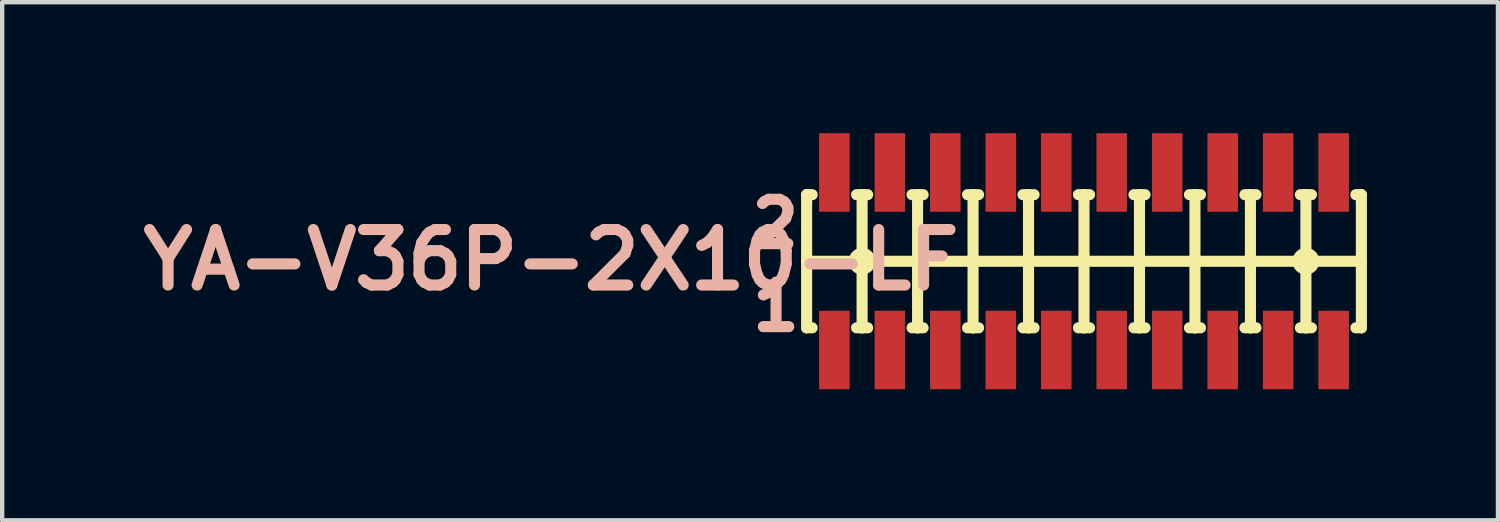
<source format=kicad_pcb>
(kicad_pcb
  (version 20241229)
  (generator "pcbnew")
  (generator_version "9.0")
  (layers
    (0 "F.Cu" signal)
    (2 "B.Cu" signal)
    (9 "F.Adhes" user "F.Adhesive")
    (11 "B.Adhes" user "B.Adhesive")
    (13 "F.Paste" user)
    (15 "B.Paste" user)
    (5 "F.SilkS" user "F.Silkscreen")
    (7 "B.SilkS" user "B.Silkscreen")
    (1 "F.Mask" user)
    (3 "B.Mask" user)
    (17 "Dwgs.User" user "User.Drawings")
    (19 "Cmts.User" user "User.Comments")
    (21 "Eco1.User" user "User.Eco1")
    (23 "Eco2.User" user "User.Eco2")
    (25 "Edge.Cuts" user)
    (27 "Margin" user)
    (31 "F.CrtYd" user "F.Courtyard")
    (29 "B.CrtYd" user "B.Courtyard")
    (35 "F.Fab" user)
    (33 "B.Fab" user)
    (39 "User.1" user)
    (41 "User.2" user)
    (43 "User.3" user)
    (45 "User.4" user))
  (footprint "YA-V36P-2X10-LF"
    (layer "F.Cu")
    (at 21.767 2.931)
    (property "Reference" "YA-V36P-2X10-LF" (at -12.2 -0.03 0) (layer "B.SilkS") (effects (font (size 1.27 1.27) (thickness 0.254))))
    (attr smd)
    (fp_line (start -6.35 -1.524) (end -6.35 0) (stroke (width 0.254) (type solid)) (layer "F.SilkS"))
    (fp_line (start -6.35 0) (end -6.35 1.524) (stroke (width 0.254) (type solid)) (layer "F.SilkS"))
    (fp_line (start -6.35 0) (end -5.08 0) (stroke (width 0.254) (type solid)) (layer "F.SilkS"))
    (fp_line (start -6.35 1.524) (end -6.223 1.524) (stroke (width 0.254) (type solid)) (layer "F.SilkS"))
    (fp_line (start -6.223 -1.524) (end -6.35 -1.524) (stroke (width 0.254) (type solid)) (layer "F.SilkS"))
    (fp_line (start -5.428 0) (end -4.729 0) (stroke (width 0.127) (type solid)) (layer "F.SilkS"))
    (fp_line (start -5.207 -1.524) (end -5.08 -1.524) (stroke (width 0.254) (type solid)) (layer "F.SilkS"))
    (fp_line (start -5.207 1.524) (end -5.08 1.524) (stroke (width 0.254) (type solid)) (layer "F.SilkS"))
    (fp_line (start -5.08 -1.524) (end -4.953 -1.524) (stroke (width 0.254) (type solid)) (layer "F.SilkS"))
    (fp_line (start -5.08 0) (end -5.08 -1.524) (stroke (width 0.254) (type solid)) (layer "F.SilkS"))
    (fp_line (start -5.08 0) (end -3.81 0) (stroke (width 0.254) (type solid)) (layer "F.SilkS"))
    (fp_line (start -5.08 0.348) (end -5.08 -0.348) (stroke (width 0.127) (type solid)) (layer "F.SilkS"))
    (fp_line (start -5.08 1.524) (end -5.08 0) (stroke (width 0.254) (type solid)) (layer "F.SilkS"))
    (fp_line (start -5.08 1.524) (end -4.953 1.524) (stroke (width 0.254) (type solid)) (layer "F.SilkS"))
    (fp_line (start -3.937 -1.524) (end -3.81 -1.524) (stroke (width 0.254) (type solid)) (layer "F.SilkS"))
    (fp_line (start -3.937 1.524) (end -3.81 1.524) (stroke (width 0.254) (type solid)) (layer "F.SilkS"))
    (fp_line (start -3.81 -1.524) (end -3.683 -1.524) (stroke (width 0.254) (type solid)) (layer "F.SilkS"))
    (fp_line (start -3.81 0) (end -3.81 -1.524) (stroke (width 0.254) (type solid)) (layer "F.SilkS"))
    (fp_line (start -3.81 0) (end -2.54 0) (stroke (width 0.254) (type solid)) (layer "F.SilkS"))
    (fp_line (start -3.81 1.524) (end -3.81 0) (stroke (width 0.254) (type solid)) (layer "F.SilkS"))
    (fp_line (start -3.81 1.524) (end -3.683 1.524) (stroke (width 0.254) (type solid)) (layer "F.SilkS"))
    (fp_line (start -2.667 -1.524) (end -2.54 -1.524) (stroke (width 0.254) (type solid)) (layer "F.SilkS"))
    (fp_line (start -2.667 1.524) (end -2.54 1.524) (stroke (width 0.254) (type solid)) (layer "F.SilkS"))
    (fp_line (start -2.54 -1.524) (end -2.413 -1.524) (stroke (width 0.254) (type solid)) (layer "F.SilkS"))
    (fp_line (start -2.54 0) (end -2.54 -1.524) (stroke (width 0.254) (type solid)) (layer "F.SilkS"))
    (fp_line (start -2.54 0) (end -1.27 0) (stroke (width 0.254) (type solid)) (layer "F.SilkS"))
    (fp_line (start -2.54 1.524) (end -2.54 0) (stroke (width 0.254) (type solid)) (layer "F.SilkS"))
    (fp_line (start -2.54 1.524) (end -2.413 1.524) (stroke (width 0.254) (type solid)) (layer "F.SilkS"))
    (fp_line (start -1.397 -1.524) (end -1.27 -1.524) (stroke (width 0.254) (type solid)) (layer "F.SilkS"))
    (fp_line (start -1.397 1.524) (end -1.27 1.524) (stroke (width 0.254) (type solid)) (layer "F.SilkS"))
    (fp_line (start -1.27 -1.524) (end -1.143 -1.524) (stroke (width 0.254) (type solid)) (layer "F.SilkS"))
    (fp_line (start -1.27 0) (end -1.27 -1.524) (stroke (width 0.254) (type solid)) (layer "F.SilkS"))
    (fp_line (start -1.27 0) (end 0 0) (stroke (width 0.254) (type solid)) (layer "F.SilkS"))
    (fp_line (start -1.27 1.524) (end -1.27 0) (stroke (width 0.254) (type solid)) (layer "F.SilkS"))
    (fp_line (start -1.27 1.524) (end -1.143 1.524) (stroke (width 0.254) (type solid)) (layer "F.SilkS"))
    (fp_line (start -0.127 -1.524) (end 0 -1.524) (stroke (width 0.254) (type solid)) (layer "F.SilkS"))
    (fp_line (start -0.127 1.524) (end 0 1.524) (stroke (width 0.254) (type solid)) (layer "F.SilkS"))
    (fp_line (start 0 -1.524) (end 0.127 -1.524) (stroke (width 0.254) (type solid)) (layer "F.SilkS"))
    (fp_line (start 0 0) (end 0 -1.524) (stroke (width 0.254) (type solid)) (layer "F.SilkS"))
    (fp_line (start 0 0) (end 1.27 0) (stroke (width 0.254) (type solid)) (layer "F.SilkS"))
    (fp_line (start 0 1.524) (end 0 0) (stroke (width 0.254) (type solid)) (layer "F.SilkS"))
    (fp_line (start 0 1.524) (end 0.127 1.524) (stroke (width 0.254) (type solid)) (layer "F.SilkS"))
    (fp_line (start 1.143 -1.524) (end 1.27 -1.524) (stroke (width 0.254) (type solid)) (layer "F.SilkS"))
    (fp_line (start 1.143 1.524) (end 1.27 1.524) (stroke (width 0.254) (type solid)) (layer "F.SilkS"))
    (fp_line (start 1.27 -1.524) (end 1.397 -1.524) (stroke (width 0.254) (type solid)) (layer "F.SilkS"))
    (fp_line (start 1.27 0) (end 1.27 -1.524) (stroke (width 0.254) (type solid)) (layer "F.SilkS"))
    (fp_line (start 1.27 0) (end 2.54 0) (stroke (width 0.254) (type solid)) (layer "F.SilkS"))
    (fp_line (start 1.27 1.524) (end 1.27 0) (stroke (width 0.254) (type solid)) (layer "F.SilkS"))
    (fp_line (start 1.27 1.524) (end 1.397 1.524) (stroke (width 0.254) (type solid)) (layer "F.SilkS"))
    (fp_line (start 2.413 -1.524) (end 2.54 -1.524) (stroke (width 0.254) (type solid)) (layer "F.SilkS"))
    (fp_line (start 2.413 1.524) (end 2.54 1.524) (stroke (width 0.254) (type solid)) (layer "F.SilkS"))
    (fp_line (start 2.54 -1.524) (end 2.667 -1.524) (stroke (width 0.254) (type solid)) (layer "F.SilkS"))
    (fp_line (start 2.54 0) (end 2.54 -1.524) (stroke (width 0.254) (type solid)) (layer "F.SilkS"))
    (fp_line (start 2.54 0) (end 3.81 0) (stroke (width 0.254) (type solid)) (layer "F.SilkS"))
    (fp_line (start 2.54 1.524) (end 2.54 0) (stroke (width 0.254) (type solid)) (layer "F.SilkS"))
    (fp_line (start 2.54 1.524) (end 2.667 1.524) (stroke (width 0.254) (type solid)) (layer "F.SilkS"))
    (fp_line (start 3.683 -1.524) (end 3.81 -1.524) (stroke (width 0.254) (type solid)) (layer "F.SilkS"))
    (fp_line (start 3.683 1.524) (end 3.81 1.524) (stroke (width 0.254) (type solid)) (layer "F.SilkS"))
    (fp_line (start 3.81 -1.524) (end 3.937 -1.524) (stroke (width 0.254) (type solid)) (layer "F.SilkS"))
    (fp_line (start 3.81 0) (end 3.81 -1.524) (stroke (width 0.254) (type solid)) (layer "F.SilkS"))
    (fp_line (start 3.81 0) (end 5.08 0) (stroke (width 0.254) (type solid)) (layer "F.SilkS"))
    (fp_line (start 3.81 1.524) (end 3.81 0) (stroke (width 0.254) (type solid)) (layer "F.SilkS"))
    (fp_line (start 3.81 1.524) (end 3.937 1.524) (stroke (width 0.254) (type solid)) (layer "F.SilkS"))
    (fp_line (start 4.729 0) (end 5.428 0) (stroke (width 0.127) (type solid)) (layer "F.SilkS"))
    (fp_line (start 4.953 -1.524) (end 5.08 -1.524) (stroke (width 0.254) (type solid)) (layer "F.SilkS"))
    (fp_line (start 4.953 1.524) (end 5.08 1.524) (stroke (width 0.254) (type solid)) (layer "F.SilkS"))
    (fp_line (start 5.08 -1.524) (end 5.207 -1.524) (stroke (width 0.254) (type solid)) (layer "F.SilkS"))
    (fp_line (start 5.08 0) (end 5.08 -1.524) (stroke (width 0.254) (type solid)) (layer "F.SilkS"))
    (fp_line (start 5.08 0) (end 6.35 0) (stroke (width 0.254) (type solid)) (layer "F.SilkS"))
    (fp_line (start 5.08 0.348) (end 5.08 -0.348) (stroke (width 0.127) (type solid)) (layer "F.SilkS"))
    (fp_line (start 5.08 1.524) (end 5.08 0) (stroke (width 0.254) (type solid)) (layer "F.SilkS"))
    (fp_line (start 5.08 1.524) (end 5.207 1.524) (stroke (width 0.254) (type solid)) (layer "F.SilkS"))
    (fp_line (start 6.223 -1.524) (end 6.35 -1.524) (stroke (width 0.254) (type solid)) (layer "F.SilkS"))
    (fp_line (start 6.223 1.524) (end 6.35 1.524) (stroke (width 0.254) (type solid)) (layer "F.SilkS"))
    (fp_line (start 6.35 0) (end 6.35 -1.524) (stroke (width 0.254) (type solid)) (layer "F.SilkS"))
    (fp_line (start 6.35 1.524) (end 6.35 0) (stroke (width 0.254) (type solid)) (layer "F.SilkS"))
    (fp_circle (center -5.08 0) (end -5.253 0.173) (stroke (width 0.127) (type solid)) (fill no) (layer "F.SilkS"))
    (fp_circle (center 5.08 0) (end 5.253 0.173) (stroke (width 0.127) (type solid)) (fill no) (layer "F.SilkS"))
    (fp_line (start -6.223 -1.524) (end -5.207 -1.524) (stroke (width 0.254) (type solid)) (layer "Eco1.User"))
    (fp_line (start -6.223 1.524) (end -5.207 1.524) (stroke (width 0.254) (type solid)) (layer "Eco1.User"))
    (fp_line (start -4.953 -1.524) (end -3.937 -1.524) (stroke (width 0.254) (type solid)) (layer "Eco1.User"))
    (fp_line (start -4.953 1.524) (end -3.937 1.524) (stroke (width 0.254) (type solid)) (layer "Eco1.User"))
    (fp_line (start -3.683 -1.524) (end -2.667 -1.524) (stroke (width 0.254) (type solid)) (layer "Eco1.User"))
    (fp_line (start -3.683 1.524) (end -2.667 1.524) (stroke (width 0.254) (type solid)) (layer "Eco1.User"))
    (fp_line (start -2.413 -1.524) (end -1.397 -1.524) (stroke (width 0.254) (type solid)) (layer "Eco1.User"))
    (fp_line (start -2.413 1.524) (end -1.397 1.524) (stroke (width 0.254) (type solid)) (layer "Eco1.User"))
    (fp_line (start -1.143 -1.524) (end -0.127 -1.524) (stroke (width 0.254) (type solid)) (layer "Eco1.User"))
    (fp_line (start -1.143 1.524) (end -0.127 1.524) (stroke (width 0.254) (type solid)) (layer "Eco1.User"))
    (fp_line (start 0.127 -1.524) (end 1.143 -1.524) (stroke (width 0.254) (type solid)) (layer "Eco1.User"))
    (fp_line (start 0.127 1.524) (end 1.143 1.524) (stroke (width 0.254) (type solid)) (layer "Eco1.User"))
    (fp_line (start 1.397 -1.524) (end 2.413 -1.524) (stroke (width 0.254) (type solid)) (layer "Eco1.User"))
    (fp_line (start 1.397 1.524) (end 2.413 1.524) (stroke (width 0.254) (type solid)) (layer "Eco1.User"))
    (fp_line (start 2.667 -1.524) (end 3.683 -1.524) (stroke (width 0.254) (type solid)) (layer "Eco1.User"))
    (fp_line (start 2.667 1.524) (end 3.683 1.524) (stroke (width 0.254) (type solid)) (layer "Eco1.User"))
    (fp_line (start 3.937 -1.524) (end 4.953 -1.524) (stroke (width 0.254) (type solid)) (layer "Eco1.User"))
    (fp_line (start 3.937 1.524) (end 4.953 1.524) (stroke (width 0.254) (type solid)) (layer "Eco1.User"))
    (fp_line (start 5.207 -1.524) (end 6.223 -1.524) (stroke (width 0.254) (type solid)) (layer "Eco1.User"))
    (fp_line (start 5.207 1.524) (end 6.223 1.524) (stroke (width 0.254) (type solid)) (layer "Eco1.User"))
    (fp_text user "2" (at -7.07 -0.86 0) (layer "B.SilkS") (effects (font (size 1.016 1.016) (thickness 0.254))))
    (fp_text user "1" (at -7.05 1.04 0) (layer "B.SilkS") (effects (font (size 1.016 1.016) (thickness 0.254))))
    (pad "1" smd rect (at -5.715 2.032 90) (size 1.798 0.699) (layers "F.Cu" "F.Mask" "F.Paste"))
    (pad "2" smd rect (at -5.715 -2.032 90) (size 1.798 0.699) (layers "F.Cu" "F.Mask" "F.Paste"))
    (pad "3" smd rect (at -4.445 2.032 90) (size 1.798 0.699) (layers "F.Cu" "F.Mask" "F.Paste"))
    (pad "4" smd rect (at -4.445 -2.032 90) (size 1.798 0.699) (layers "F.Cu" "F.Mask" "F.Paste"))
    (pad "5" smd rect (at -3.175 2.032 90) (size 1.798 0.699) (layers "F.Cu" "F.Mask" "F.Paste"))
    (pad "6" smd rect (at -3.175 -2.032 90) (size 1.798 0.699) (layers "F.Cu" "F.Mask" "F.Paste"))
    (pad "7" smd rect (at -1.905 2.032 90) (size 1.798 0.699) (layers "F.Cu" "F.Mask" "F.Paste"))
    (pad "8" smd rect (at -1.905 -2.032 90) (size 1.798 0.699) (layers "F.Cu" "F.Mask" "F.Paste"))
    (pad "9" smd rect (at -0.635 2.032 90) (size 1.798 0.699) (layers "F.Cu" "F.Mask" "F.Paste"))
    (pad "10" smd rect (at -0.635 -2.032 90) (size 1.798 0.699) (layers "F.Cu" "F.Mask" "F.Paste"))
    (pad "11" smd rect (at 0.635 2.032 90) (size 1.798 0.699) (layers "F.Cu" "F.Mask" "F.Paste"))
    (pad "12" smd rect (at 0.635 -2.032 90) (size 1.798 0.699) (layers "F.Cu" "F.Mask" "F.Paste"))
    (pad "13" smd rect (at 1.905 2.032 90) (size 1.798 0.699) (layers "F.Cu" "F.Mask" "F.Paste"))
    (pad "14" smd rect (at 1.905 -2.032 90) (size 1.798 0.699) (layers "F.Cu" "F.Mask" "F.Paste"))
    (pad "15" smd rect (at 3.175 2.032 90) (size 1.798 0.699) (layers "F.Cu" "F.Mask" "F.Paste"))
    (pad "16" smd rect (at 3.175 -2.032 90) (size 1.798 0.699) (layers "F.Cu" "F.Mask" "F.Paste"))
    (pad "17" smd rect (at 4.445 2.032 90) (size 1.798 0.699) (layers "F.Cu" "F.Mask" "F.Paste"))
    (pad "18" smd rect (at 4.445 -2.032 90) (size 1.798 0.699) (layers "F.Cu" "F.Mask" "F.Paste"))
    (pad "19" smd rect (at 5.715 2.032 90) (size 1.798 0.699) (layers "F.Cu" "F.Mask" "F.Paste"))
    (pad "20" smd rect (at 5.715 -2.032 90) (size 1.798 0.699) (layers "F.Cu" "F.Mask" "F.Paste")))
  (gr_rect
    (start -3 -3)
    (end 31.244 8.862)
    (stroke (width 0.1) (type default))
    (fill no)
    (layer "Edge.Cuts")))
</source>
